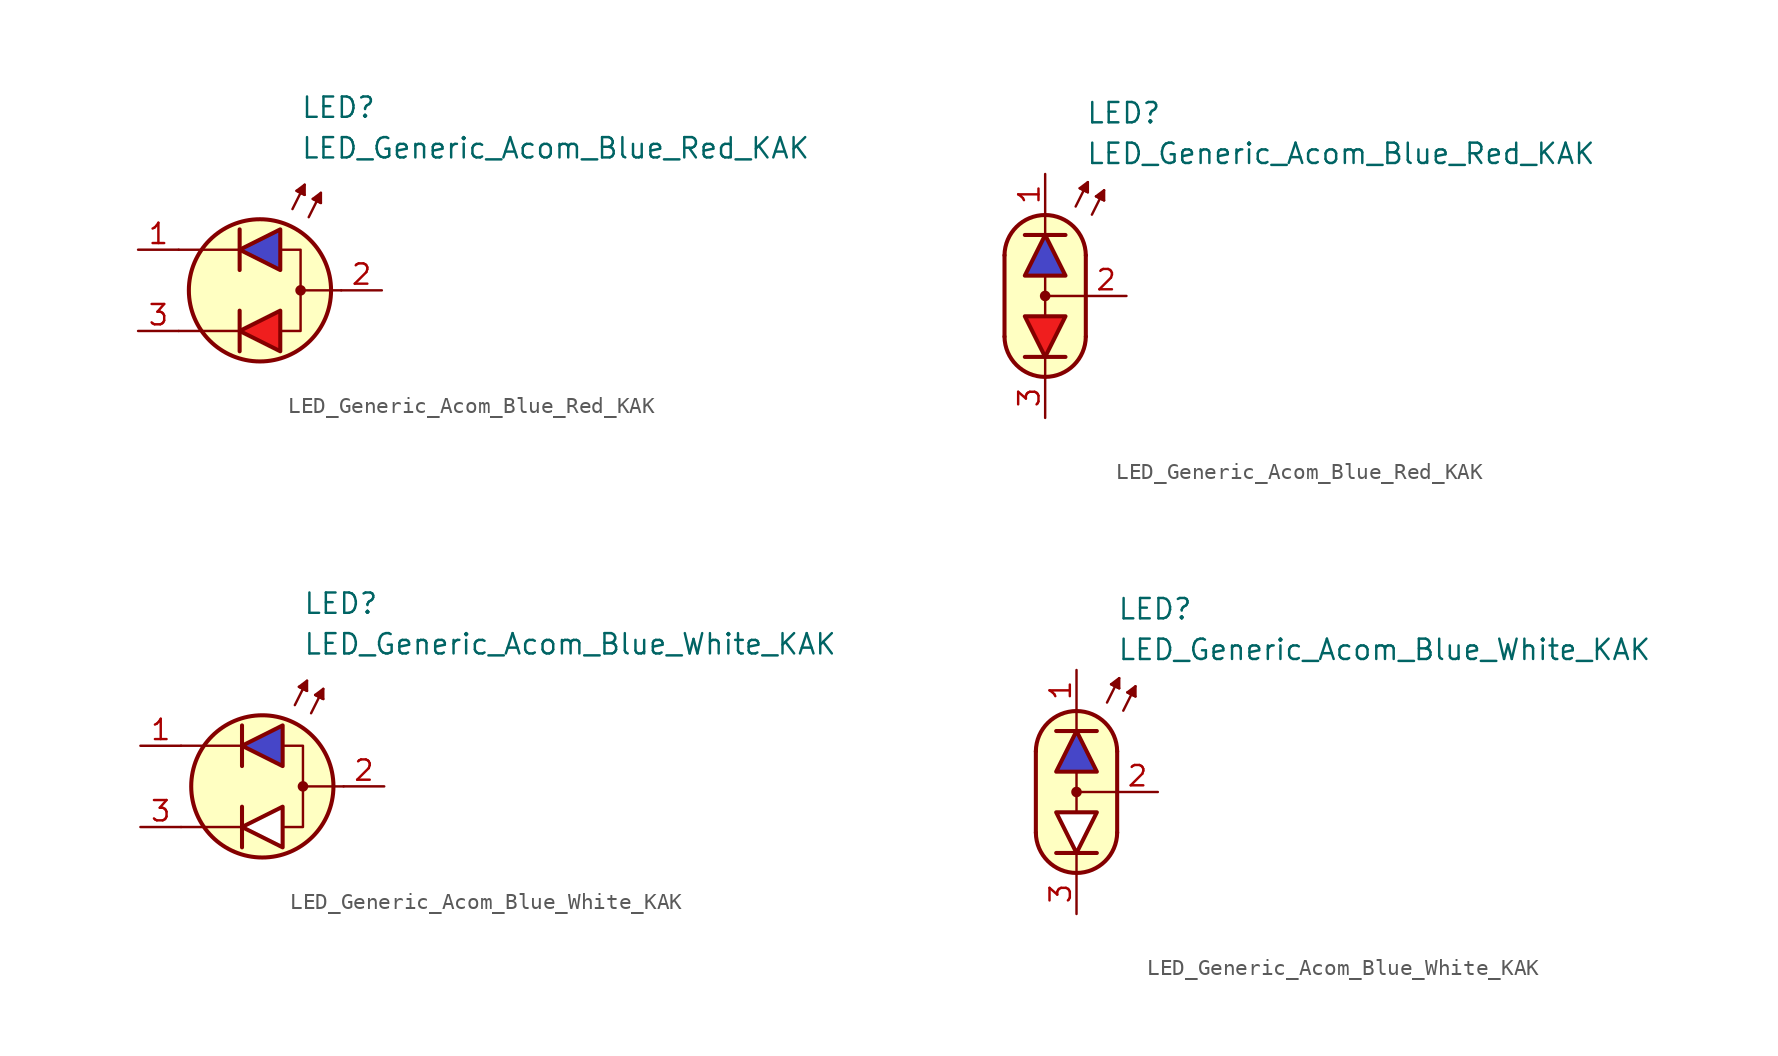
<source format=kicad_sym>
(kicad_symbol_lib
  (version 20231120)
  (generator "kicad_symbol_editor")
  (generator_version "8.0")
  (symbol "LED_Generic_Acom_Blue_Red_KAK"
    (pin_names
      (offset 1.016) hide)
    (property "Reference" "LED"
      (at 2.54 11.43 0)
      (effects (font (size 1.27 1.27)) (justify left)))
    (property "Value" "LED_Generic_Acom_Blue_Red_KAK"
      (at 2.54 8.89 0)
      (effects (font (size 1.27 1.27)) (justify left)))
    (symbol "LED_Generic_Acom_Blue_Red_KAK_0_1"
      (polyline (pts (xy -1.27 -3.81) (xy -1.27 -1.27)) (stroke (width 0.254) (type default)) (fill (type none)))
      (polyline (pts (xy -1.27 -2.54) (xy -5.08 -2.54)) (stroke (width 0.152) (type default)) (fill (type none)))
      (polyline (pts (xy -1.27 1.27) (xy -1.27 3.81)) (stroke (width 0.254) (type default)) (fill (type none)))
      (polyline (pts (xy -1.27 2.54) (xy -5.08 2.54)) (stroke (width 0.152) (type default)) (fill (type none)))
      (polyline (pts (xy 2.032 5.08) (xy 2.794 6.604)) (stroke (width 0.152) (type default)) (fill (type none)))
      (polyline (pts (xy 2.54 0) (xy 5.08 0)) (stroke (width 0) (type default)) (fill (type none)))
      (polyline (pts (xy 2.54 6.096) (xy 2.286 6.223)) (stroke (width 0.152) (type default)) (fill (type none)))
      (polyline (pts (xy 2.54 6.096) (xy 2.794 5.969)) (stroke (width 0.152) (type default)) (fill (type none)))
      (polyline (pts (xy 3.048 4.572) (xy 3.81 6.096)) (stroke (width 0.152) (type default)) (fill (type none)))
      (polyline (pts (xy 3.556 5.588) (xy 3.302 5.715)) (stroke (width 0.152) (type default)) (fill (type none)))
      (polyline (pts (xy 3.556 5.588) (xy 3.81 5.461)) (stroke (width 0.152) (type default)) (fill (type none)))
      (polyline (pts (xy 1.27 -3.81) (xy 1.27 -1.27) (xy -1.27 -2.54) (xy 1.27 -3.81)) (stroke (width 0.254) (type default)) (fill (type color) (color 240 30 30 1)))
      (polyline (pts (xy 1.27 1.27) (xy 1.27 3.81) (xy -1.27 2.54) (xy 1.27 1.27)) (stroke (width 0.254) (type default)) (fill (type color) (color 70 70 200 1)))
      (polyline (pts (xy 1.397 2.54) (xy 2.54 2.54) (xy 2.54 -2.54) (xy 1.397 -2.54)) (stroke (width 0.152) (type default)) (fill (type none)))
      (polyline (pts (xy 2.794 5.969) (xy 2.286 6.223) (xy 2.794 6.604) (xy 2.794 5.969)) (stroke (width 0.152) (type default)) (fill (type outline)))
      (polyline (pts (xy 3.81 5.461) (xy 3.302 5.715) (xy 3.81 6.096) (xy 3.81 5.461)) (stroke (width 0.152) (type default)) (fill (type outline)))
      (circle (center 0 0) (radius 4.445) (stroke (width 0.254) (type default)) (fill (type background)))
      (circle (center 2.54 0) (radius 0.254) (stroke (width 0) (type default)) (fill (type outline))))
    (symbol "LED_Generic_Acom_Blue_Red_KAK_0_2"
      (arc (start -2.54 -2.54) (mid 0 -5.0576) (end 2.54 -2.54) (stroke (width 0.254) (type default)) (fill (type none)))
      (polyline (pts (xy -2.54 2.54) (xy -2.54 -2.54)) (stroke (width 0.254) (type default)) (fill (type none)))
      (polyline (pts (xy -1.27 3.81) (xy 1.27 3.81)) (stroke (width 0.254) (type default)) (fill (type none)))
      (polyline (pts (xy 0 -5.08) (xy 0 -3.81)) (stroke (width 0) (type default)) (fill (type none)))
      (polyline (pts (xy 0 -1.27) (xy 0 1.27)) (stroke (width 0) (type default)) (fill (type none)))
      (polyline (pts (xy 0 5.08) (xy 0 3.81)) (stroke (width 0) (type default)) (fill (type none)))
      (polyline (pts (xy 1.27 -3.81) (xy -1.27 -3.81)) (stroke (width 0.254) (type default)) (fill (type none)))
      (polyline (pts (xy 1.905 5.588) (xy 2.667 7.112)) (stroke (width 0.152) (type default)) (fill (type none)))
      (polyline (pts (xy 2.413 6.604) (xy 2.159 6.731)) (stroke (width 0.152) (type default)) (fill (type none)))
      (polyline (pts (xy 2.413 6.604) (xy 2.667 6.477)) (stroke (width 0.152) (type default)) (fill (type none)))
      (polyline (pts (xy 2.54 -2.54) (xy 2.54 2.54)) (stroke (width 0.254) (type default)) (fill (type none)))
      (polyline (pts (xy 2.54 0) (xy 0 0)) (stroke (width 0) (type default)) (fill (type none)))
      (polyline (pts (xy 2.921 5.08) (xy 3.683 6.604)) (stroke (width 0.152) (type default)) (fill (type none)))
      (polyline (pts (xy 3.429 6.096) (xy 3.175 6.223)) (stroke (width 0.152) (type default)) (fill (type none)))
      (polyline (pts (xy 3.429 6.096) (xy 3.683 5.969)) (stroke (width 0.152) (type default)) (fill (type none)))
      (polyline (pts (xy 2.667 6.477) (xy 2.159 6.731) (xy 2.667 7.112) (xy 2.667 6.477)) (stroke (width 0.152) (type default)) (fill (type outline)))
      (polyline (pts (xy 3.683 5.969) (xy 3.175 6.223) (xy 3.683 6.604) (xy 3.683 5.969)) (stroke (width 0.152) (type default)) (fill (type outline)))
      (polyline (pts (xy 0 5.08) (xy 1.016 4.826) (xy 1.778 4.318) (xy 2.286 3.556) (xy 2.54 3.048) (xy 2.54 -2.794) (xy 2.286 -3.556) (xy 1.778 -4.318) (xy 1.016 -4.826) (xy 0.254 -5.08) (xy -0.254 -5.08) (xy -1.016 -4.826) (xy -1.524 -4.572) (xy -2.032 -4.064) (xy -2.286 -3.556) (xy -2.54 -2.794) (xy -2.54 2.794) (xy -2.286 3.556) (xy -2.032 4.064) (xy -1.524 4.572) (xy -1.016 4.826) (xy 0 5.08)) (stroke (width 0.01) (type default)) (fill (type background)))
      (circle (center 0 0) (radius 0.254) (stroke (width 0) (type default)) (fill (type outline)))
      (arc (start 2.54 2.54) (mid 0 5.0576) (end -2.54 2.54) (stroke (width 0.254) (type default)) (fill (type none))))
    (symbol "LED_Generic_Acom_Blue_Red_KAK_1_1"
      (pin passive line (at -7.62 2.54 0) (length 2.54) (name "A1" (effects (font (size 1.27 1.27)))) (number "1" (effects (font (size 1.27 1.27)))))
      (pin passive line (at 7.62 0 180) (length 2.54) (name "K" (effects (font (size 1.27 1.27)))) (number "2" (effects (font (size 1.27 1.27)))))
      (pin passive line (at -7.62 -2.54 0) (length 2.54) (name "A2" (effects (font (size 1.27 1.27)))) (number "3" (effects (font (size 1.27 1.27))))))
    (symbol "LED_Generic_Acom_Blue_Red_KAK_1_2"
      (polyline (pts (xy -1.27 1.27) (xy 1.27 1.27) (xy 0 3.81) (xy -1.27 1.27)) (stroke (width 0.254) (type default)) (fill (type color) (color 70 70 200 1)))
      (polyline (pts (xy 1.27 -1.27) (xy -1.27 -1.27) (xy 0 -3.81) (xy 1.27 -1.27)) (stroke (width 0.254) (type default)) (fill (type color) (color 240 30 30 1)))
      (pin passive line (at 0 7.62 270) (length 2.54) (name "A1" (effects (font (size 1.27 1.27)))) (number "1" (effects (font (size 1.27 1.27)))))
      (pin passive line (at 5.08 0 180) (length 2.54) (name "K" (effects (font (size 1.27 1.27)))) (number "2" (effects (font (size 1.27 1.27)))))
      (pin passive line (at 0 -7.62 90) (length 2.54) (name "A2" (effects (font (size 1.27 1.27)))) (number "3" (effects (font (size 1.27 1.27)))))))
  (symbol "LED_Generic_Acom_Blue_White_KAK"
    (pin_names
      (offset 1.016) hide)
    (property "Reference" "LED"
      (at 2.54 11.43 0)
      (effects (font (size 1.27 1.27)) (justify left)))
    (property "Value" "LED_Generic_Acom_Blue_White_KAK"
      (at 2.54 8.89 0)
      (effects (font (size 1.27 1.27)) (justify left)))
    (symbol "LED_Generic_Acom_Blue_White_KAK_0_1"
      (polyline (pts (xy -1.27 -3.81) (xy -1.27 -1.27)) (stroke (width 0.254) (type default)) (fill (type none)))
      (polyline (pts (xy -1.27 -2.54) (xy -5.08 -2.54)) (stroke (width 0.152) (type default)) (fill (type none)))
      (polyline (pts (xy -1.27 1.27) (xy -1.27 3.81)) (stroke (width 0.254) (type default)) (fill (type none)))
      (polyline (pts (xy -1.27 2.54) (xy -5.08 2.54)) (stroke (width 0.152) (type default)) (fill (type none)))
      (polyline (pts (xy 2.032 5.08) (xy 2.794 6.604)) (stroke (width 0.152) (type default)) (fill (type none)))
      (polyline (pts (xy 2.54 6.096) (xy 2.286 6.223)) (stroke (width 0.152) (type default)) (fill (type none)))
      (polyline (pts (xy 2.54 6.096) (xy 2.794 5.969)) (stroke (width 0.152) (type default)) (fill (type none)))
      (polyline (pts (xy 3.048 4.572) (xy 3.81 6.096)) (stroke (width 0.152) (type default)) (fill (type none)))
      (polyline (pts (xy 3.556 5.588) (xy 3.302 5.715)) (stroke (width 0.152) (type default)) (fill (type none)))
      (polyline (pts (xy 3.556 5.588) (xy 3.81 5.461)) (stroke (width 0.152) (type default)) (fill (type none)))
      (polyline (pts (xy 5.08 0) (xy 2.54 0)) (stroke (width 0.152) (type default)) (fill (type none)))
      (polyline (pts (xy 1.27 -3.81) (xy 1.27 -1.27) (xy -1.27 -2.54) (xy 1.27 -3.81)) (stroke (width 0.254) (type default)) (fill (type color) (color 255 255 255 1)))
      (polyline (pts (xy 1.27 1.27) (xy 1.27 3.81) (xy -1.27 2.54) (xy 1.27 1.27)) (stroke (width 0.254) (type default)) (fill (type color) (color 70 70 200 1)))
      (polyline (pts (xy 1.397 2.54) (xy 2.54 2.54) (xy 2.54 -2.54) (xy 1.397 -2.54)) (stroke (width 0.152) (type default)) (fill (type none)))
      (polyline (pts (xy 2.794 5.969) (xy 2.286 6.223) (xy 2.794 6.604) (xy 2.794 5.969)) (stroke (width 0.152) (type default)) (fill (type outline)))
      (polyline (pts (xy 3.81 5.461) (xy 3.302 5.715) (xy 3.81 6.096) (xy 3.81 5.461)) (stroke (width 0.152) (type default)) (fill (type outline)))
      (circle (center 0 0) (radius 4.445) (stroke (width 0.254) (type default)) (fill (type background)))
      (circle (center 2.54 0) (radius 0.254) (stroke (width 0) (type default)) (fill (type outline))))
    (symbol "LED_Generic_Acom_Blue_White_KAK_0_2"
      (arc (start -2.54 -2.54) (mid 0 -5.0576) (end 2.54 -2.54) (stroke (width 0.254) (type default)) (fill (type none)))
      (polyline (pts (xy -2.54 2.54) (xy -2.54 -2.54)) (stroke (width 0.254) (type default)) (fill (type none)))
      (polyline (pts (xy -1.27 3.81) (xy 1.27 3.81)) (stroke (width 0.254) (type default)) (fill (type none)))
      (polyline (pts (xy 0 -5.08) (xy 0 -3.81)) (stroke (width 0) (type default)) (fill (type none)))
      (polyline (pts (xy 0 -1.27) (xy 0 1.27)) (stroke (width 0) (type default)) (fill (type none)))
      (polyline (pts (xy 0 5.08) (xy 0 3.81)) (stroke (width 0) (type default)) (fill (type none)))
      (polyline (pts (xy 1.27 -3.81) (xy -1.27 -3.81)) (stroke (width 0.254) (type default)) (fill (type none)))
      (polyline (pts (xy 1.905 5.588) (xy 2.667 7.112)) (stroke (width 0.152) (type default)) (fill (type none)))
      (polyline (pts (xy 2.413 6.604) (xy 2.159 6.731)) (stroke (width 0.152) (type default)) (fill (type none)))
      (polyline (pts (xy 2.413 6.604) (xy 2.667 6.477)) (stroke (width 0.152) (type default)) (fill (type none)))
      (polyline (pts (xy 2.54 -2.54) (xy 2.54 2.54)) (stroke (width 0.254) (type default)) (fill (type none)))
      (polyline (pts (xy 2.54 0) (xy 0 0)) (stroke (width 0) (type default)) (fill (type none)))
      (polyline (pts (xy 2.921 5.08) (xy 3.683 6.604)) (stroke (width 0.152) (type default)) (fill (type none)))
      (polyline (pts (xy 3.429 6.096) (xy 3.175 6.223)) (stroke (width 0.152) (type default)) (fill (type none)))
      (polyline (pts (xy 3.429 6.096) (xy 3.683 5.969)) (stroke (width 0.152) (type default)) (fill (type none)))
      (polyline (pts (xy 2.667 6.477) (xy 2.159 6.731) (xy 2.667 7.112) (xy 2.667 6.477)) (stroke (width 0.152) (type default)) (fill (type outline)))
      (polyline (pts (xy 3.683 5.969) (xy 3.175 6.223) (xy 3.683 6.604) (xy 3.683 5.969)) (stroke (width 0.152) (type default)) (fill (type outline)))
      (polyline (pts (xy 0 5.08) (xy 1.016 4.826) (xy 1.778 4.318) (xy 2.286 3.556) (xy 2.54 3.048) (xy 2.54 -2.794) (xy 2.286 -3.556) (xy 1.778 -4.318) (xy 1.016 -4.826) (xy 0.254 -5.08) (xy -0.254 -5.08) (xy -1.016 -4.826) (xy -1.524 -4.572) (xy -2.032 -4.064) (xy -2.286 -3.556) (xy -2.54 -2.794) (xy -2.54 2.794) (xy -2.286 3.556) (xy -2.032 4.064) (xy -1.524 4.572) (xy -1.016 4.826) (xy 0 5.08)) (stroke (width 0.01) (type default)) (fill (type background)))
      (circle (center 0 0) (radius 0.254) (stroke (width 0) (type default)) (fill (type outline)))
      (arc (start 2.54 2.54) (mid 0 5.0576) (end -2.54 2.54) (stroke (width 0.254) (type default)) (fill (type none))))
    (symbol "LED_Generic_Acom_Blue_White_KAK_1_1"
      (pin passive line (at -7.62 2.54 0) (length 2.54) (name "A1" (effects (font (size 1.27 1.27)))) (number "1" (effects (font (size 1.27 1.27)))))
      (pin passive line (at 7.62 0 180) (length 2.54) (name "K" (effects (font (size 1.27 1.27)))) (number "2" (effects (font (size 1.27 1.27)))))
      (pin passive line (at -7.62 -2.54 0) (length 2.54) (name "A2" (effects (font (size 1.27 1.27)))) (number "3" (effects (font (size 1.27 1.27))))))
    (symbol "LED_Generic_Acom_Blue_White_KAK_1_2"
      (polyline (pts (xy -1.27 1.27) (xy 1.27 1.27) (xy 0 3.81) (xy -1.27 1.27)) (stroke (width 0.254) (type default)) (fill (type color) (color 70 70 200 1)))
      (polyline (pts (xy 1.27 -1.27) (xy -1.27 -1.27) (xy 0 -3.81) (xy 1.27 -1.27)) (stroke (width 0.254) (type default)) (fill (type color) (color 255 255 255 1)))
      (pin passive line (at 0 7.62 270) (length 2.54) (name "A1" (effects (font (size 1.27 1.27)))) (number "1" (effects (font (size 1.27 1.27)))))
      (pin passive line (at 5.08 0 180) (length 2.54) (name "K" (effects (font (size 1.27 1.27)))) (number "2" (effects (font (size 1.27 1.27)))))
      (pin passive line (at 0 -7.62 90) (length 2.54) (name "A2" (effects (font (size 1.27 1.27)))) (number "3" (effects (font (size 1.27 1.27))))))))
</source>
